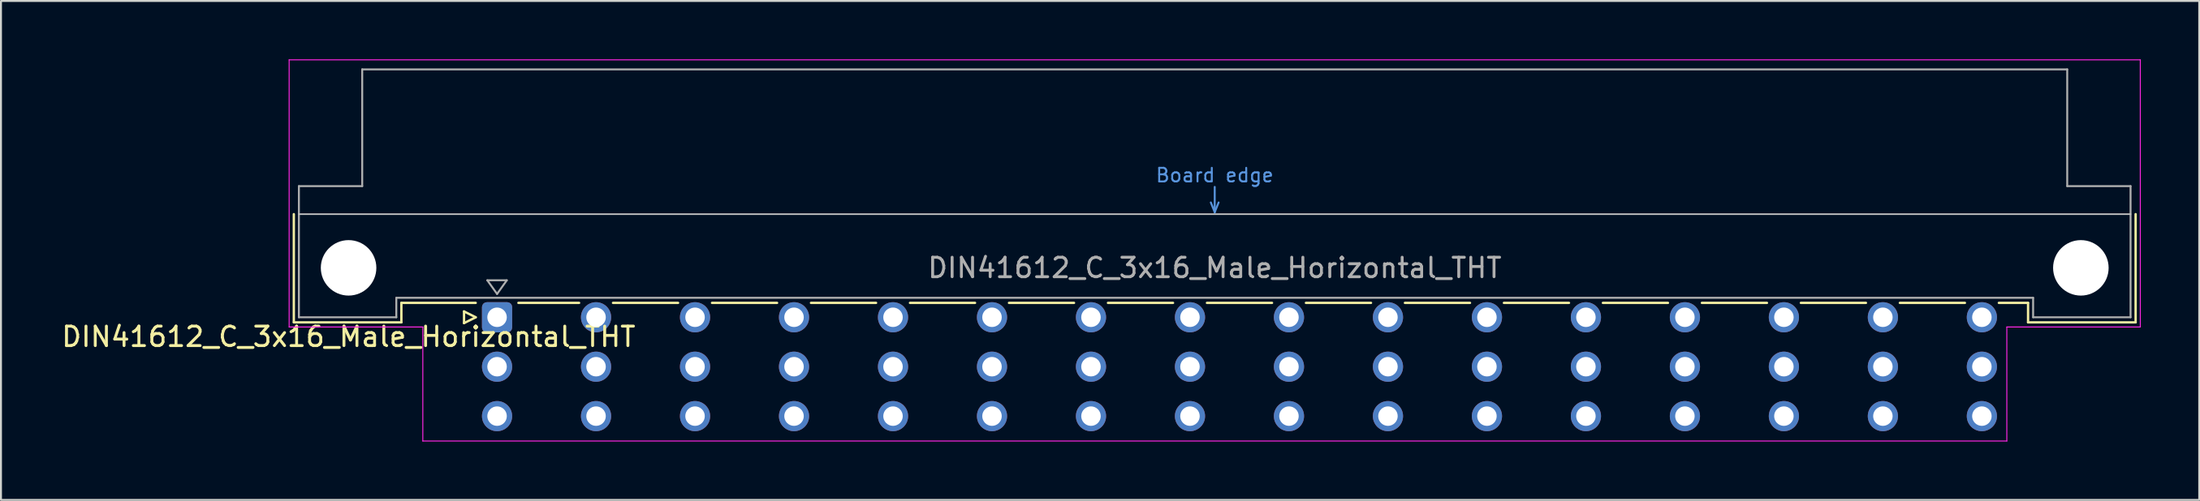
<source format=kicad_pcb>
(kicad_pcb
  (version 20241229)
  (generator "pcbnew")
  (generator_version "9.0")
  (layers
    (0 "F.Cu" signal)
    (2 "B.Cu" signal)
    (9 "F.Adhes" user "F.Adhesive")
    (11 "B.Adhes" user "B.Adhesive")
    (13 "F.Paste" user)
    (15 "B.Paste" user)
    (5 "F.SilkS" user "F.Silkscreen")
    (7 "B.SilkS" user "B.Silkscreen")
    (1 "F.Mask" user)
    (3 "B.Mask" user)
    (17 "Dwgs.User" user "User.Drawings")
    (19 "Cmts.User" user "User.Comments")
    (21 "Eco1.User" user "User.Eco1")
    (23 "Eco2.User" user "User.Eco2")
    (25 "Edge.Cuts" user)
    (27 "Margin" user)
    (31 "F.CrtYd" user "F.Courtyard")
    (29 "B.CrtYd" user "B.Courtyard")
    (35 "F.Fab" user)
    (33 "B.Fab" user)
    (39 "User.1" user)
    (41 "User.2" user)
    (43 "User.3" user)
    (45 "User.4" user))
  (footprint "DIN41612_C_3x16_Male_Horizontal_THT"
    (layer "F.Cu")
    (at 19.919 13.255)
    (property "Reference" "DIN41612_C_3x16_Male_Horizontal_THT" (at -5.08 1 0) (layer "F.SilkS") (effects (font (size 1 1) (thickness 0.15))))
    (attr through_hole)
    (fp_line (start -7.89 -5.3) (end -7.89 0.26) (stroke (width 0.12) (type solid)) (layer "F.SilkS"))
    (fp_line (start -7.89 0.26) (end -2.37 0.26) (stroke (width 0.12) (type solid)) (layer "F.SilkS"))
    (fp_line (start -2.371 -0.74) (end 1.445 -0.74) (stroke (width 0.12) (type solid)) (layer "F.SilkS"))
    (fp_line (start -2.37 0.26) (end -2.37 -0.74) (stroke (width 0.12) (type solid)) (layer "F.SilkS"))
    (fp_line (start 0.845 -0.3) (end 0.845 0.3) (stroke (width 0.12) (type solid)) (layer "F.SilkS"))
    (fp_line (start 0.845 0.3) (end 1.445 0) (stroke (width 0.12) (type solid)) (layer "F.SilkS"))
    (fp_line (start 1.445 0) (end 0.845 -0.3) (stroke (width 0.12) (type solid)) (layer "F.SilkS"))
    (fp_line (start 3.635 -0.74) (end 6.751 -0.74) (stroke (width 0.12) (type solid)) (layer "F.SilkS"))
    (fp_line (start 8.49 -0.74) (end 11.831 -0.74) (stroke (width 0.12) (type solid)) (layer "F.SilkS"))
    (fp_line (start 13.57 -0.74) (end 16.911 -0.74) (stroke (width 0.12) (type solid)) (layer "F.SilkS"))
    (fp_line (start 18.65 -0.74) (end 21.991 -0.74) (stroke (width 0.12) (type solid)) (layer "F.SilkS"))
    (fp_line (start 23.73 -0.74) (end 27.071 -0.74) (stroke (width 0.12) (type solid)) (layer "F.SilkS"))
    (fp_line (start 28.81 -0.74) (end 32.151 -0.74) (stroke (width 0.12) (type solid)) (layer "F.SilkS"))
    (fp_line (start 33.89 -0.74) (end 37.231 -0.74) (stroke (width 0.12) (type solid)) (layer "F.SilkS"))
    (fp_line (start 38.97 -0.74) (end 42.311 -0.74) (stroke (width 0.12) (type solid)) (layer "F.SilkS"))
    (fp_line (start 44.05 -0.74) (end 47.391 -0.74) (stroke (width 0.12) (type solid)) (layer "F.SilkS"))
    (fp_line (start 49.13 -0.74) (end 52.471 -0.74) (stroke (width 0.12) (type solid)) (layer "F.SilkS"))
    (fp_line (start 54.21 -0.74) (end 57.551 -0.74) (stroke (width 0.12) (type solid)) (layer "F.SilkS"))
    (fp_line (start 59.29 -0.74) (end 62.631 -0.74) (stroke (width 0.12) (type solid)) (layer "F.SilkS"))
    (fp_line (start 64.37 -0.74) (end 67.711 -0.74) (stroke (width 0.12) (type solid)) (layer "F.SilkS"))
    (fp_line (start 69.45 -0.74) (end 72.791 -0.74) (stroke (width 0.12) (type solid)) (layer "F.SilkS"))
    (fp_line (start 74.53 -0.74) (end 77.871 -0.74) (stroke (width 0.12) (type solid)) (layer "F.SilkS"))
    (fp_line (start 79.61 -0.74) (end 81.11 -0.74) (stroke (width 0.12) (type solid)) (layer "F.SilkS"))
    (fp_line (start 81.11 0.26) (end 81.11 -0.74) (stroke (width 0.12) (type solid)) (layer "F.SilkS"))
    (fp_line (start 86.63 -5.3) (end 86.63 0.26) (stroke (width 0.12) (type solid)) (layer "F.SilkS"))
    (fp_line (start 86.63 0.26) (end 81.11 0.26) (stroke (width 0.12) (type solid)) (layer "F.SilkS"))
    (fp_line (start -7.63 -5.3) (end 86.37 -5.3) (stroke (width 0.08) (type solid)) (layer "Dwgs.User"))
    (fp_line (start 39.17 -5.9) (end 39.37 -5.4) (stroke (width 0.1) (type solid)) (layer "Cmts.User"))
    (fp_line (start 39.37 -5.4) (end 39.37 -6.7) (stroke (width 0.1) (type solid)) (layer "Cmts.User"))
    (fp_line (start 39.37 -5.4) (end 39.57 -5.9) (stroke (width 0.1) (type solid)) (layer "Cmts.User"))
    (fp_line (start -8.13 -13.23) (end -8.13 0.5) (stroke (width 0.05) (type solid)) (layer "F.CrtYd"))
    (fp_line (start -8.13 0.5) (end -1.27 0.5) (stroke (width 0.05) (type solid)) (layer "F.CrtYd"))
    (fp_line (start -1.27 0.5) (end -1.27 6.36) (stroke (width 0.05) (type solid)) (layer "F.CrtYd"))
    (fp_line (start -1.27 6.36) (end 80.02 6.36) (stroke (width 0.05) (type solid)) (layer "F.CrtYd"))
    (fp_line (start 80.02 0.5) (end 86.87 0.5) (stroke (width 0.05) (type solid)) (layer "F.CrtYd"))
    (fp_line (start 80.02 6.36) (end 80.02 0.5) (stroke (width 0.05) (type solid)) (layer "F.CrtYd"))
    (fp_line (start 86.87 -13.23) (end -8.13 -13.23) (stroke (width 0.05) (type solid)) (layer "F.CrtYd"))
    (fp_line (start 86.87 0.5) (end 86.87 -13.23) (stroke (width 0.05) (type solid)) (layer "F.CrtYd"))
    (fp_line (start -7.63 -6.74) (end -7.63 0) (stroke (width 0.1) (type solid)) (layer "F.Fab"))
    (fp_line (start -7.63 0) (end -2.63 0) (stroke (width 0.1) (type solid)) (layer "F.Fab"))
    (fp_line (start -4.38 -12.74) (end -4.38 -6.74) (stroke (width 0.1) (type solid)) (layer "F.Fab"))
    (fp_line (start -4.38 -6.74) (end -7.63 -6.74) (stroke (width 0.1) (type solid)) (layer "F.Fab"))
    (fp_line (start -2.63 -1) (end 81.37 -1) (stroke (width 0.1) (type solid)) (layer "F.Fab"))
    (fp_line (start -2.63 0) (end -2.63 -1) (stroke (width 0.1) (type solid)) (layer "F.Fab"))
    (fp_line (start 2.04 -1.9) (end 3.04 -1.9) (stroke (width 0.1) (type solid)) (layer "F.Fab"))
    (fp_line (start 2.54 -1.2) (end 2.04 -1.9) (stroke (width 0.1) (type solid)) (layer "F.Fab"))
    (fp_line (start 3.04 -1.9) (end 2.54 -1.2) (stroke (width 0.1) (type solid)) (layer "F.Fab"))
    (fp_line (start 81.37 -1) (end 81.37 0) (stroke (width 0.1) (type solid)) (layer "F.Fab"))
    (fp_line (start 81.37 0) (end 86.37 0) (stroke (width 0.1) (type solid)) (layer "F.Fab"))
    (fp_line (start 83.12 -12.74) (end -4.38 -12.74) (stroke (width 0.1) (type solid)) (layer "F.Fab"))
    (fp_line (start 83.12 -6.74) (end 83.12 -12.74) (stroke (width 0.1) (type solid)) (layer "F.Fab"))
    (fp_line (start 86.37 -6.74) (end 83.12 -6.74) (stroke (width 0.1) (type solid)) (layer "F.Fab"))
    (fp_line (start 86.37 0) (end 86.37 -6.74) (stroke (width 0.1) (type solid)) (layer "F.Fab"))
    (fp_text user "Board edge" (at 39.37 -7.3 0) (layer "Cmts.User") (effects (font (size 0.7 0.7) (thickness 0.1))))
    (fp_text user "${REFERENCE}" (at 39.37 -2.54 0) (layer "F.Fab") (effects (font (size 1 1) (thickness 0.15))))
    (pad "" np_thru_hole circle (at -5.08 -2.54) (size 2.85 2.85) (drill 2.85) (layers "*.Cu" "*.Mask"))
    (pad "" np_thru_hole circle (at 83.82 -2.54) (size 2.85 2.85) (drill 2.85) (layers "*.Cu" "*.Mask"))
    (pad "a2" thru_hole roundrect (at 2.54 0) (size 1.55 1.55) (drill 1) (layers "*.Cu" "*.Mask") (roundrect_rratio 0.161))
    (pad "a4" thru_hole circle (at 7.62 0) (size 1.55 1.55) (drill 1) (layers "*.Cu" "*.Mask"))
    (pad "a6" thru_hole circle (at 12.7 0) (size 1.55 1.55) (drill 1) (layers "*.Cu" "*.Mask"))
    (pad "a8" thru_hole circle (at 17.78 0) (size 1.55 1.55) (drill 1) (layers "*.Cu" "*.Mask"))
    (pad "a10" thru_hole circle (at 22.86 0) (size 1.55 1.55) (drill 1) (layers "*.Cu" "*.Mask"))
    (pad "a12" thru_hole circle (at 27.94 0) (size 1.55 1.55) (drill 1) (layers "*.Cu" "*.Mask"))
    (pad "a14" thru_hole circle (at 33.02 0) (size 1.55 1.55) (drill 1) (layers "*.Cu" "*.Mask"))
    (pad "a16" thru_hole circle (at 38.1 0) (size 1.55 1.55) (drill 1) (layers "*.Cu" "*.Mask"))
    (pad "a18" thru_hole circle (at 43.18 0) (size 1.55 1.55) (drill 1) (layers "*.Cu" "*.Mask"))
    (pad "a20" thru_hole circle (at 48.26 0) (size 1.55 1.55) (drill 1) (layers "*.Cu" "*.Mask"))
    (pad "a22" thru_hole circle (at 53.34 0) (size 1.55 1.55) (drill 1) (layers "*.Cu" "*.Mask"))
    (pad "a24" thru_hole circle (at 58.42 0) (size 1.55 1.55) (drill 1) (layers "*.Cu" "*.Mask"))
    (pad "a26" thru_hole circle (at 63.5 0) (size 1.55 1.55) (drill 1) (layers "*.Cu" "*.Mask"))
    (pad "a28" thru_hole circle (at 68.58 0) (size 1.55 1.55) (drill 1) (layers "*.Cu" "*.Mask"))
    (pad "a30" thru_hole circle (at 73.66 0) (size 1.55 1.55) (drill 1) (layers "*.Cu" "*.Mask"))
    (pad "a32" thru_hole circle (at 78.74 0) (size 1.55 1.55) (drill 1) (layers "*.Cu" "*.Mask"))
    (pad "b2" thru_hole circle (at 2.54 2.54) (size 1.55 1.55) (drill 1) (layers "*.Cu" "*.Mask"))
    (pad "b4" thru_hole circle (at 7.62 2.54) (size 1.55 1.55) (drill 1) (layers "*.Cu" "*.Mask"))
    (pad "b6" thru_hole circle (at 12.7 2.54) (size 1.55 1.55) (drill 1) (layers "*.Cu" "*.Mask"))
    (pad "b8" thru_hole circle (at 17.78 2.54) (size 1.55 1.55) (drill 1) (layers "*.Cu" "*.Mask"))
    (pad "b10" thru_hole circle (at 22.86 2.54) (size 1.55 1.55) (drill 1) (layers "*.Cu" "*.Mask"))
    (pad "b12" thru_hole circle (at 27.94 2.54) (size 1.55 1.55) (drill 1) (layers "*.Cu" "*.Mask"))
    (pad "b14" thru_hole circle (at 33.02 2.54) (size 1.55 1.55) (drill 1) (layers "*.Cu" "*.Mask"))
    (pad "b16" thru_hole circle (at 38.1 2.54) (size 1.55 1.55) (drill 1) (layers "*.Cu" "*.Mask"))
    (pad "b18" thru_hole circle (at 43.18 2.54) (size 1.55 1.55) (drill 1) (layers "*.Cu" "*.Mask"))
    (pad "b20" thru_hole circle (at 48.26 2.54) (size 1.55 1.55) (drill 1) (layers "*.Cu" "*.Mask"))
    (pad "b22" thru_hole circle (at 53.34 2.54) (size 1.55 1.55) (drill 1) (layers "*.Cu" "*.Mask"))
    (pad "b24" thru_hole circle (at 58.42 2.54) (size 1.55 1.55) (drill 1) (layers "*.Cu" "*.Mask"))
    (pad "b26" thru_hole circle (at 63.5 2.54) (size 1.55 1.55) (drill 1) (layers "*.Cu" "*.Mask"))
    (pad "b28" thru_hole circle (at 68.58 2.54) (size 1.55 1.55) (drill 1) (layers "*.Cu" "*.Mask"))
    (pad "b30" thru_hole circle (at 73.66 2.54) (size 1.55 1.55) (drill 1) (layers "*.Cu" "*.Mask"))
    (pad "b32" thru_hole circle (at 78.74 2.54) (size 1.55 1.55) (drill 1) (layers "*.Cu" "*.Mask"))
    (pad "c2" thru_hole circle (at 2.54 5.08) (size 1.55 1.55) (drill 1) (layers "*.Cu" "*.Mask"))
    (pad "c4" thru_hole circle (at 7.62 5.08) (size 1.55 1.55) (drill 1) (layers "*.Cu" "*.Mask"))
    (pad "c6" thru_hole circle (at 12.7 5.08) (size 1.55 1.55) (drill 1) (layers "*.Cu" "*.Mask"))
    (pad "c8" thru_hole circle (at 17.78 5.08) (size 1.55 1.55) (drill 1) (layers "*.Cu" "*.Mask"))
    (pad "c10" thru_hole circle (at 22.86 5.08) (size 1.55 1.55) (drill 1) (layers "*.Cu" "*.Mask"))
    (pad "c12" thru_hole circle (at 27.94 5.08) (size 1.55 1.55) (drill 1) (layers "*.Cu" "*.Mask"))
    (pad "c14" thru_hole circle (at 33.02 5.08) (size 1.55 1.55) (drill 1) (layers "*.Cu" "*.Mask"))
    (pad "c16" thru_hole circle (at 38.1 5.08) (size 1.55 1.55) (drill 1) (layers "*.Cu" "*.Mask"))
    (pad "c18" thru_hole circle (at 43.18 5.08) (size 1.55 1.55) (drill 1) (layers "*.Cu" "*.Mask"))
    (pad "c20" thru_hole circle (at 48.26 5.08) (size 1.55 1.55) (drill 1) (layers "*.Cu" "*.Mask"))
    (pad "c22" thru_hole circle (at 53.34 5.08) (size 1.55 1.55) (drill 1) (layers "*.Cu" "*.Mask"))
    (pad "c24" thru_hole circle (at 58.42 5.08) (size 1.55 1.55) (drill 1) (layers "*.Cu" "*.Mask"))
    (pad "c26" thru_hole circle (at 63.5 5.08) (size 1.55 1.55) (drill 1) (layers "*.Cu" "*.Mask"))
    (pad "c28" thru_hole circle (at 68.58 5.08) (size 1.55 1.55) (drill 1) (layers "*.Cu" "*.Mask"))
    (pad "c30" thru_hole circle (at 73.66 5.08) (size 1.55 1.55) (drill 1) (layers "*.Cu" "*.Mask"))
    (pad "c32" thru_hole circle (at 78.74 5.08) (size 1.55 1.55) (drill 1) (layers "*.Cu" "*.Mask")))
  (gr_rect
    (start -3 -3)
    (end 109.814 22.64)
    (stroke (width 0.1) (type default))
    (fill no)
    (layer "Edge.Cuts")))
</source>
